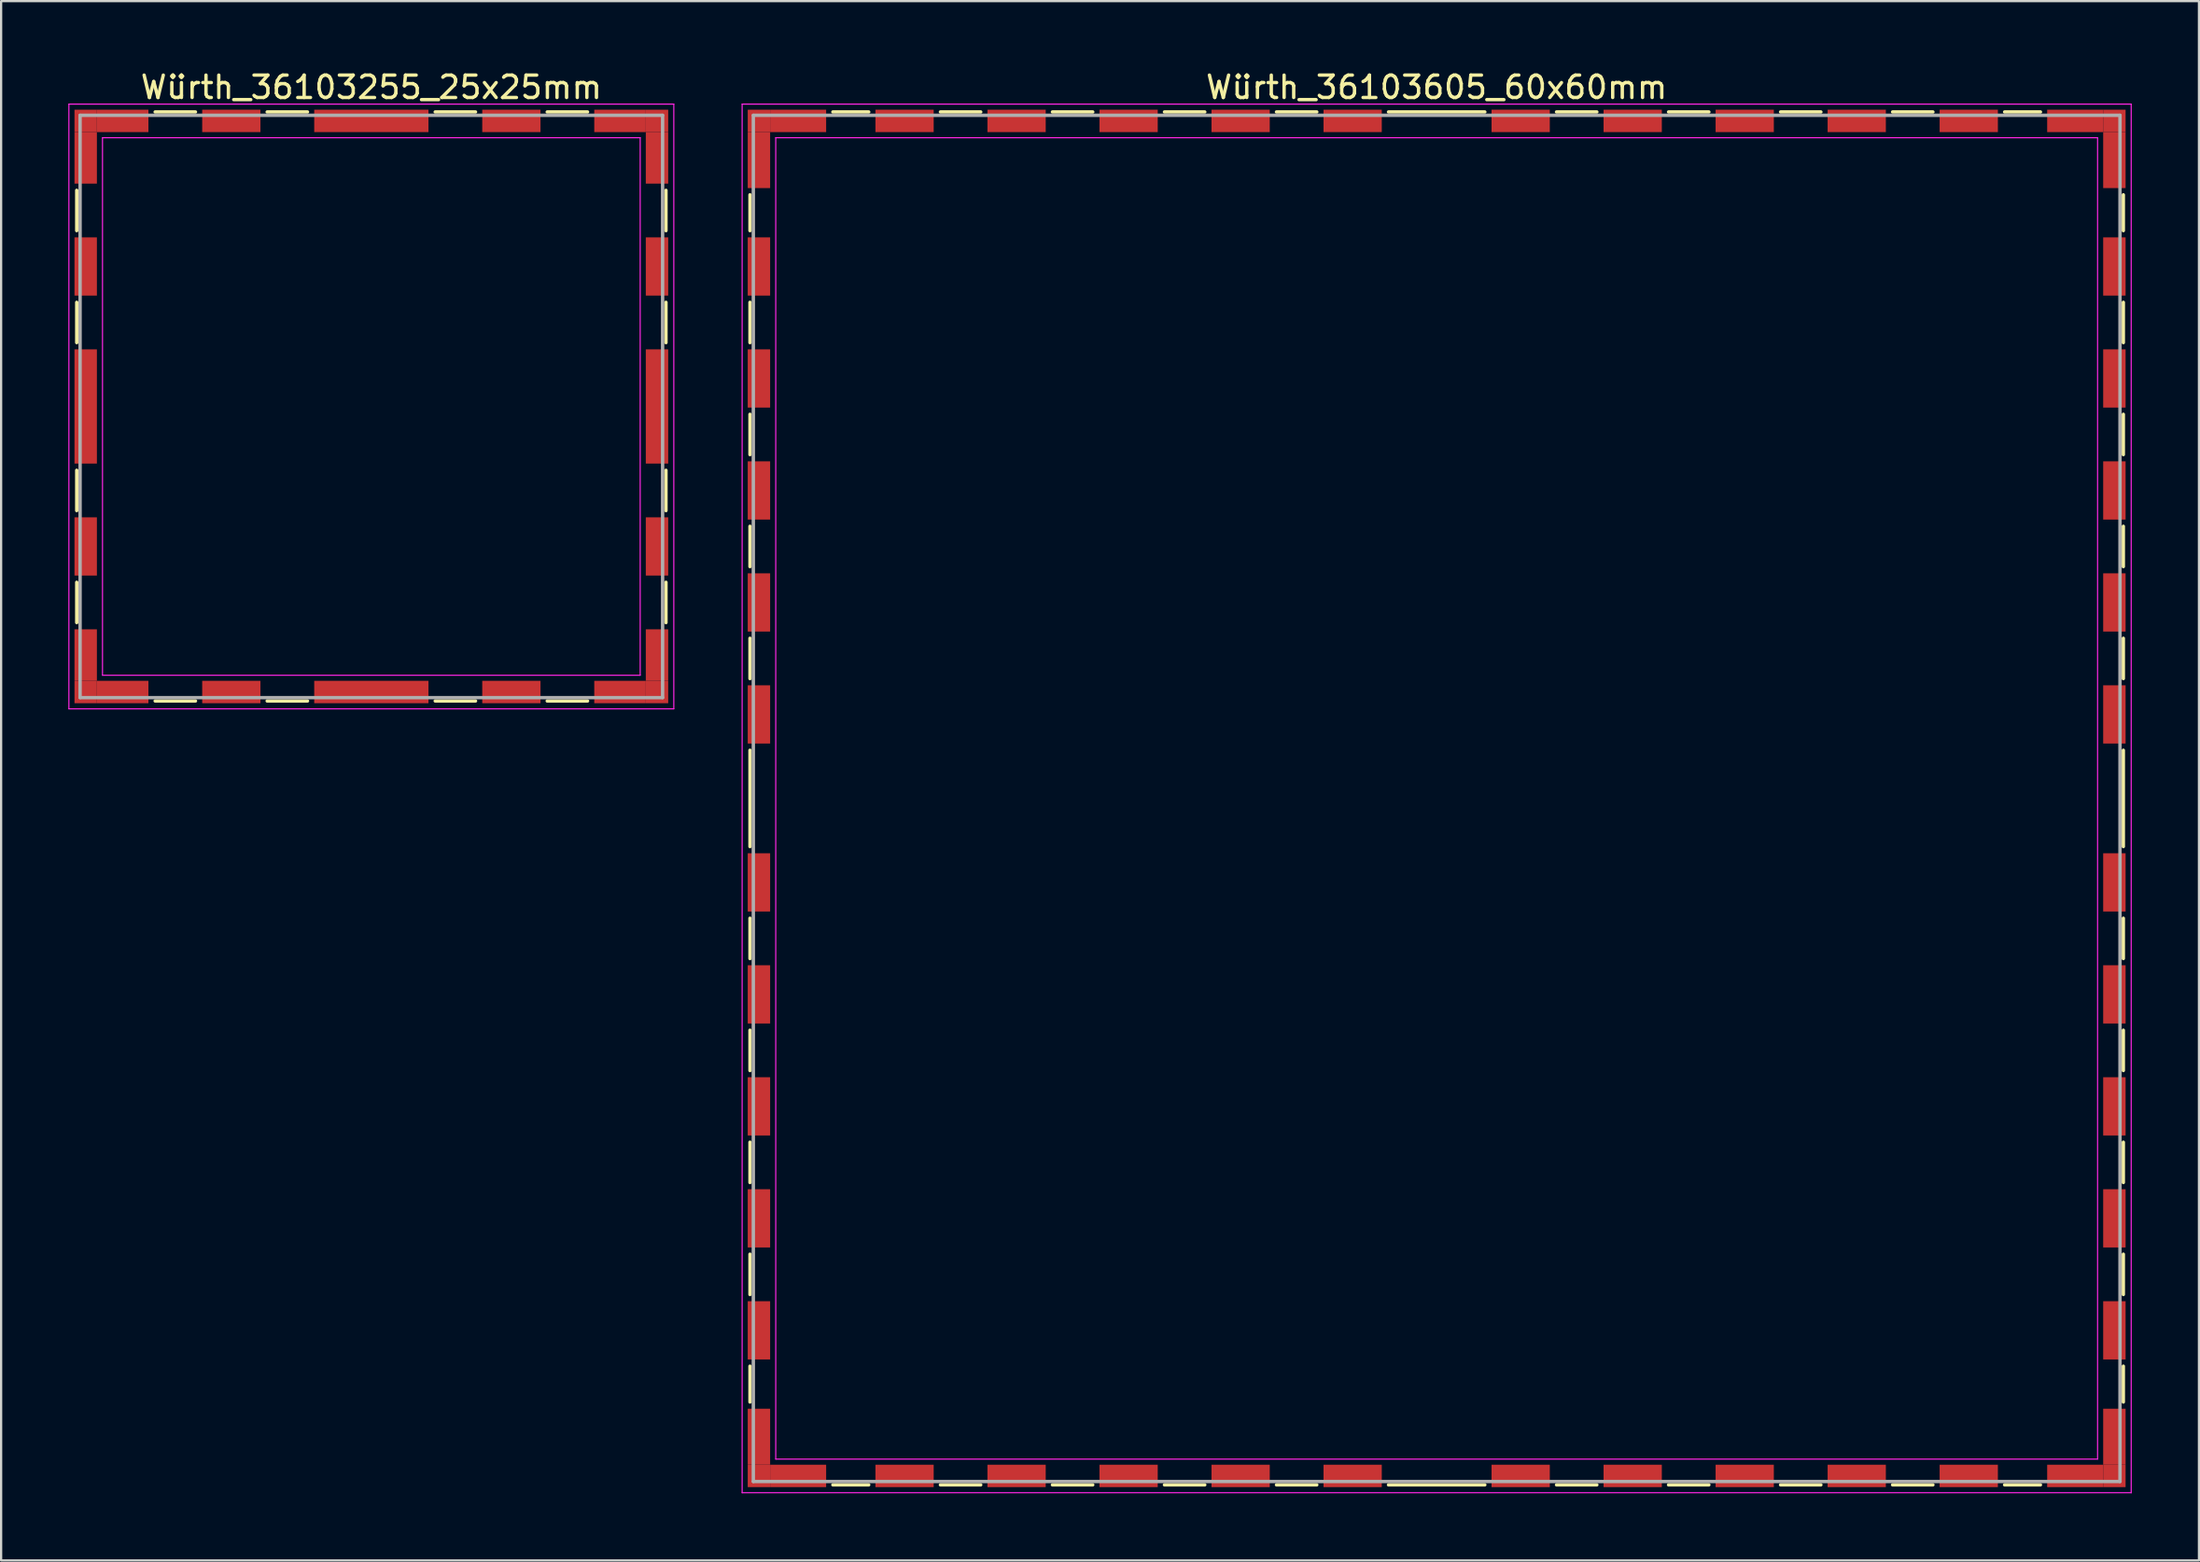
<source format=kicad_pcb>
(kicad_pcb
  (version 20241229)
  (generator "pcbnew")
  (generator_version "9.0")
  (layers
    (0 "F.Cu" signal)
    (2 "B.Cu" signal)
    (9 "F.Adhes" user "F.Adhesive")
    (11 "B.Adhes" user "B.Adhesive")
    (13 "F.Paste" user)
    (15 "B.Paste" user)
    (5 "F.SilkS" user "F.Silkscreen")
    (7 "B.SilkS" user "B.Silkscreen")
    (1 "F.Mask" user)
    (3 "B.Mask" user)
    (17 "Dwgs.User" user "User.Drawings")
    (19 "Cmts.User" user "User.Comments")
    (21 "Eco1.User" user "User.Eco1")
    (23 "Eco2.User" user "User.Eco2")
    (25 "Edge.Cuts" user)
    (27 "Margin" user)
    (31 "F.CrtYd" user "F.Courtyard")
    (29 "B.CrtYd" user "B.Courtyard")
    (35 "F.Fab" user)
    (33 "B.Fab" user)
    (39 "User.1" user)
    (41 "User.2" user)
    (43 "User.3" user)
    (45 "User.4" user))
  (footprint "Würth_36103255_25x25mm"
    (layer "F.Cu")
    (at 13.525 15.098)
    (property "Reference" "Würth_36103255_25x25mm" (at 0 -14.25 0) (layer "F.SilkS") (effects (font (size 1 1) (thickness 0.15))))
    (attr smd)
    (fp_line (start -13.15 -9.65) (end -13.15 -7.85) (stroke (width 0.15) (type solid)) (layer "F.SilkS"))
    (fp_line (start -13.15 -4.65) (end -13.15 -2.85) (stroke (width 0.15) (type solid)) (layer "F.SilkS"))
    (fp_line (start -13.15 2.85) (end -13.15 4.65) (stroke (width 0.15) (type solid)) (layer "F.SilkS"))
    (fp_line (start -13.15 7.85) (end -13.15 9.65) (stroke (width 0.15) (type solid)) (layer "F.SilkS"))
    (fp_line (start -9.65 -13.15) (end -7.85 -13.15) (stroke (width 0.15) (type solid)) (layer "F.SilkS"))
    (fp_line (start -9.65 13.15) (end -7.85 13.15) (stroke (width 0.15) (type solid)) (layer "F.SilkS"))
    (fp_line (start -4.65 -13.15) (end -2.85 -13.15) (stroke (width 0.15) (type solid)) (layer "F.SilkS"))
    (fp_line (start -4.65 13.15) (end -2.85 13.15) (stroke (width 0.15) (type solid)) (layer "F.SilkS"))
    (fp_line (start 2.85 -13.15) (end 4.65 -13.15) (stroke (width 0.15) (type solid)) (layer "F.SilkS"))
    (fp_line (start 2.85 13.15) (end 4.65 13.15) (stroke (width 0.15) (type solid)) (layer "F.SilkS"))
    (fp_line (start 7.85 -13.15) (end 9.65 -13.15) (stroke (width 0.15) (type solid)) (layer "F.SilkS"))
    (fp_line (start 7.85 13.15) (end 9.65 13.15) (stroke (width 0.15) (type solid)) (layer "F.SilkS"))
    (fp_line (start 13.15 -9.65) (end 13.15 -7.85) (stroke (width 0.15) (type solid)) (layer "F.SilkS"))
    (fp_line (start 13.15 -4.65) (end 13.15 -2.85) (stroke (width 0.15) (type solid)) (layer "F.SilkS"))
    (fp_line (start 13.15 2.85) (end 13.15 4.65) (stroke (width 0.15) (type solid)) (layer "F.SilkS"))
    (fp_line (start 13.15 7.85) (end 13.15 9.65) (stroke (width 0.15) (type solid)) (layer "F.SilkS"))
    (fp_line (start -13.5 -13.5) (end -13.5 13.5) (stroke (width 0.05) (type solid)) (layer "F.CrtYd"))
    (fp_line (start -13.5 13.5) (end 13.5 13.5) (stroke (width 0.05) (type solid)) (layer "F.CrtYd"))
    (fp_line (start -12 -12) (end -12 12) (stroke (width 0.05) (type solid)) (layer "F.CrtYd"))
    (fp_line (start -12 12) (end 12 12) (stroke (width 0.05) (type solid)) (layer "F.CrtYd"))
    (fp_line (start 12 -12) (end -12 -12) (stroke (width 0.05) (type solid)) (layer "F.CrtYd"))
    (fp_line (start 12 12) (end 12 -12) (stroke (width 0.05) (type solid)) (layer "F.CrtYd"))
    (fp_line (start 13.5 -13.5) (end -13.5 -13.5) (stroke (width 0.05) (type solid)) (layer "F.CrtYd"))
    (fp_line (start 13.5 13.5) (end 13.5 -13.5) (stroke (width 0.05) (type solid)) (layer "F.CrtYd"))
    (fp_line (start -13 -13) (end -13 13) (stroke (width 0.15) (type solid)) (layer "F.Fab"))
    (fp_line (start -13 13) (end 13 13) (stroke (width 0.15) (type solid)) (layer "F.Fab"))
    (fp_line (start 13 -13) (end -13 -13) (stroke (width 0.15) (type solid)) (layer "F.Fab"))
    (fp_line (start 13 13) (end 13 -13) (stroke (width 0.15) (type solid)) (layer "F.Fab"))
    (pad "1" smd rect (at -12.75 -12.75) (size 1 1) (layers "F.Cu" "F.Mask"))
    (pad "1" smd rect (at -12.75 -11.1) (size 1 2.3) (layers "F.Cu" "F.Mask"))
    (pad "1" smd rect (at -12.75 -6.25) (size 1 2.6) (layers "F.Cu" "F.Mask"))
    (pad "1" smd rect (at -12.75 0) (size 1 5.1) (layers "F.Cu" "F.Mask"))
    (pad "1" smd rect (at -12.75 6.25) (size 1 2.6) (layers "F.Cu" "F.Mask"))
    (pad "1" smd rect (at -12.75 11.1) (size 1 2.3) (layers "F.Cu" "F.Mask"))
    (pad "1" smd rect (at -12.75 12.75) (size 1 1) (layers "F.Cu" "F.Mask"))
    (pad "1" smd rect (at -11.1 -12.75) (size 2.3 1) (layers "F.Cu" "F.Mask"))
    (pad "1" smd rect (at -11.1 12.75) (size 2.3 1) (layers "F.Cu" "F.Mask"))
    (pad "1" smd rect (at -6.25 -12.75) (size 2.6 1) (layers "F.Cu" "F.Mask"))
    (pad "1" smd rect (at -6.25 12.75) (size 2.6 1) (layers "F.Cu" "F.Mask"))
    (pad "1" smd rect (at 0 -12.75) (size 5.1 1) (layers "F.Cu" "F.Mask"))
    (pad "1" smd rect (at 0 12.75) (size 5.1 1) (layers "F.Cu" "F.Mask"))
    (pad "1" smd rect (at 6.25 -12.75) (size 2.6 1) (layers "F.Cu" "F.Mask"))
    (pad "1" smd rect (at 6.25 12.75) (size 2.6 1) (layers "F.Cu" "F.Mask"))
    (pad "1" smd rect (at 11.1 -12.75) (size 2.3 1) (layers "F.Cu" "F.Mask"))
    (pad "1" smd rect (at 11.1 12.75) (size 2.3 1) (layers "F.Cu" "F.Mask"))
    (pad "1" smd rect (at 12.75 -12.75) (size 1 1) (layers "F.Cu" "F.Mask"))
    (pad "1" smd rect (at 12.75 -11.1) (size 1 2.3) (layers "F.Cu" "F.Mask"))
    (pad "1" smd rect (at 12.75 -6.25) (size 1 2.6) (layers "F.Cu" "F.Mask"))
    (pad "1" smd rect (at 12.75 0) (size 1 5.1) (layers "F.Cu" "F.Mask"))
    (pad "1" smd rect (at 12.75 6.25) (size 1 2.6) (layers "F.Cu" "F.Mask"))
    (pad "1" smd rect (at 12.75 11.1) (size 1 2.3) (layers "F.Cu" "F.Mask"))
    (pad "1" smd rect (at 12.75 12.75) (size 1 1) (layers "F.Cu" "F.Mask")))
  (footprint "Würth_36103605_60x60mm"
    (layer "F.Cu")
    (at 61.075 32.598)
    (property "Reference" "Würth_36103605_60x60mm" (at 0 -31.75 0) (layer "F.SilkS") (effects (font (size 1 1) (thickness 0.15))))
    (attr smd)
    (fp_line (start -30.65 -26.95) (end -30.65 -25.35) (stroke (width 0.15) (type solid)) (layer "F.SilkS"))
    (fp_line (start -30.65 -22.15) (end -30.65 -20.35) (stroke (width 0.15) (type solid)) (layer "F.SilkS"))
    (fp_line (start -30.65 -17.15) (end -30.65 -15.35) (stroke (width 0.15) (type solid)) (layer "F.SilkS"))
    (fp_line (start -30.65 -12.15) (end -30.65 -10.35) (stroke (width 0.15) (type solid)) (layer "F.SilkS"))
    (fp_line (start -30.65 -7.15) (end -30.65 -5.35) (stroke (width 0.15) (type solid)) (layer "F.SilkS"))
    (fp_line (start -30.65 -2.15) (end -30.65 2.15) (stroke (width 0.15) (type solid)) (layer "F.SilkS"))
    (fp_line (start -30.65 5.35) (end -30.65 7.15) (stroke (width 0.15) (type solid)) (layer "F.SilkS"))
    (fp_line (start -30.65 10.35) (end -30.65 12.15) (stroke (width 0.15) (type solid)) (layer "F.SilkS"))
    (fp_line (start -30.65 15.35) (end -30.65 17.15) (stroke (width 0.15) (type solid)) (layer "F.SilkS"))
    (fp_line (start -30.65 20.35) (end -30.65 22.15) (stroke (width 0.15) (type solid)) (layer "F.SilkS"))
    (fp_line (start -30.65 25.35) (end -30.65 26.95) (stroke (width 0.15) (type solid)) (layer "F.SilkS"))
    (fp_line (start -26.95 -30.65) (end -25.35 -30.65) (stroke (width 0.15) (type solid)) (layer "F.SilkS"))
    (fp_line (start -26.95 30.65) (end -25.35 30.65) (stroke (width 0.15) (type solid)) (layer "F.SilkS"))
    (fp_line (start -22.15 -30.65) (end -20.35 -30.65) (stroke (width 0.15) (type solid)) (layer "F.SilkS"))
    (fp_line (start -22.15 30.65) (end -20.35 30.65) (stroke (width 0.15) (type solid)) (layer "F.SilkS"))
    (fp_line (start -17.15 -30.65) (end -15.35 -30.65) (stroke (width 0.15) (type solid)) (layer "F.SilkS"))
    (fp_line (start -17.15 30.65) (end -15.35 30.65) (stroke (width 0.15) (type solid)) (layer "F.SilkS"))
    (fp_line (start -12.15 -30.65) (end -10.35 -30.65) (stroke (width 0.15) (type solid)) (layer "F.SilkS"))
    (fp_line (start -12.15 30.65) (end -10.35 30.65) (stroke (width 0.15) (type solid)) (layer "F.SilkS"))
    (fp_line (start -7.15 -30.65) (end -5.35 -30.65) (stroke (width 0.15) (type solid)) (layer "F.SilkS"))
    (fp_line (start -7.15 30.65) (end -5.35 30.65) (stroke (width 0.15) (type solid)) (layer "F.SilkS"))
    (fp_line (start -2.15 -30.65) (end 2.15 -30.65) (stroke (width 0.15) (type solid)) (layer "F.SilkS"))
    (fp_line (start -2.15 30.65) (end 2.15 30.65) (stroke (width 0.15) (type solid)) (layer "F.SilkS"))
    (fp_line (start 5.35 -30.65) (end 7.15 -30.65) (stroke (width 0.15) (type solid)) (layer "F.SilkS"))
    (fp_line (start 5.35 30.65) (end 7.15 30.65) (stroke (width 0.15) (type solid)) (layer "F.SilkS"))
    (fp_line (start 10.35 -30.65) (end 12.15 -30.65) (stroke (width 0.15) (type solid)) (layer "F.SilkS"))
    (fp_line (start 10.35 30.65) (end 12.15 30.65) (stroke (width 0.15) (type solid)) (layer "F.SilkS"))
    (fp_line (start 15.35 -30.65) (end 17.15 -30.65) (stroke (width 0.15) (type solid)) (layer "F.SilkS"))
    (fp_line (start 15.35 30.65) (end 17.15 30.65) (stroke (width 0.15) (type solid)) (layer "F.SilkS"))
    (fp_line (start 20.35 -30.65) (end 22.15 -30.65) (stroke (width 0.15) (type solid)) (layer "F.SilkS"))
    (fp_line (start 20.35 30.65) (end 22.15 30.65) (stroke (width 0.15) (type solid)) (layer "F.SilkS"))
    (fp_line (start 25.35 -30.65) (end 26.95 -30.65) (stroke (width 0.15) (type solid)) (layer "F.SilkS"))
    (fp_line (start 25.35 30.65) (end 26.95 30.65) (stroke (width 0.15) (type solid)) (layer "F.SilkS"))
    (fp_line (start 30.65 -26.95) (end 30.65 -25.35) (stroke (width 0.15) (type solid)) (layer "F.SilkS"))
    (fp_line (start 30.65 -22.15) (end 30.65 -20.35) (stroke (width 0.15) (type solid)) (layer "F.SilkS"))
    (fp_line (start 30.65 -17.15) (end 30.65 -15.35) (stroke (width 0.15) (type solid)) (layer "F.SilkS"))
    (fp_line (start 30.65 -12.15) (end 30.65 -10.35) (stroke (width 0.15) (type solid)) (layer "F.SilkS"))
    (fp_line (start 30.65 -7.15) (end 30.65 -5.35) (stroke (width 0.15) (type solid)) (layer "F.SilkS"))
    (fp_line (start 30.65 -2.15) (end 30.65 2.15) (stroke (width 0.15) (type solid)) (layer "F.SilkS"))
    (fp_line (start 30.65 5.35) (end 30.65 7.15) (stroke (width 0.15) (type solid)) (layer "F.SilkS"))
    (fp_line (start 30.65 10.35) (end 30.65 12.15) (stroke (width 0.15) (type solid)) (layer "F.SilkS"))
    (fp_line (start 30.65 15.35) (end 30.65 17.15) (stroke (width 0.15) (type solid)) (layer "F.SilkS"))
    (fp_line (start 30.65 20.35) (end 30.65 22.15) (stroke (width 0.15) (type solid)) (layer "F.SilkS"))
    (fp_line (start 30.65 25.35) (end 30.65 26.95) (stroke (width 0.15) (type solid)) (layer "F.SilkS"))
    (fp_line (start -31 -31) (end -31 31) (stroke (width 0.05) (type solid)) (layer "F.CrtYd"))
    (fp_line (start -31 31) (end 31 31) (stroke (width 0.05) (type solid)) (layer "F.CrtYd"))
    (fp_line (start -29.5 -29.5) (end -29.5 29.5) (stroke (width 0.05) (type solid)) (layer "F.CrtYd"))
    (fp_line (start -29.5 29.5) (end 29.5 29.5) (stroke (width 0.05) (type solid)) (layer "F.CrtYd"))
    (fp_line (start 29.5 -29.5) (end -29.5 -29.5) (stroke (width 0.05) (type solid)) (layer "F.CrtYd"))
    (fp_line (start 29.5 29.5) (end 29.5 -29.5) (stroke (width 0.05) (type solid)) (layer "F.CrtYd"))
    (fp_line (start 31 -31) (end -31 -31) (stroke (width 0.05) (type solid)) (layer "F.CrtYd"))
    (fp_line (start 31 31) (end 31 -31) (stroke (width 0.05) (type solid)) (layer "F.CrtYd"))
    (fp_line (start -30.5 -30.5) (end -30.5 30.5) (stroke (width 0.15) (type solid)) (layer "F.Fab"))
    (fp_line (start -30.5 30.5) (end 30.5 30.5) (stroke (width 0.15) (type solid)) (layer "F.Fab"))
    (fp_line (start 30.5 -30.5) (end -30.5 -30.5) (stroke (width 0.15) (type solid)) (layer "F.Fab"))
    (fp_line (start 30.5 30.5) (end 30.5 -30.5) (stroke (width 0.15) (type solid)) (layer "F.Fab"))
    (pad "1" smd rect (at -30.25 -30.25) (size 1 1) (layers "F.Cu" "F.Mask"))
    (pad "1" smd rect (at -30.25 -28.5) (size 1 2.5) (layers "F.Cu" "F.Mask"))
    (pad "1" smd rect (at -30.25 -23.75) (size 1 2.6) (layers "F.Cu" "F.Mask"))
    (pad "1" smd rect (at -30.25 -18.75) (size 1 2.6) (layers "F.Cu" "F.Mask"))
    (pad "1" smd rect (at -30.25 -13.75) (size 1 2.6) (layers "F.Cu" "F.Mask"))
    (pad "1" smd rect (at -30.25 -8.75) (size 1 2.6) (layers "F.Cu" "F.Mask"))
    (pad "1" smd rect (at -30.25 -3.75) (size 1 2.6) (layers "F.Cu" "F.Mask"))
    (pad "1" smd rect (at -30.25 3.75) (size 1 2.6) (layers "F.Cu" "F.Mask"))
    (pad "1" smd rect (at -30.25 8.75) (size 1 2.6) (layers "F.Cu" "F.Mask"))
    (pad "1" smd rect (at -30.25 13.75) (size 1 2.6) (layers "F.Cu" "F.Mask"))
    (pad "1" smd rect (at -30.25 18.75) (size 1 2.6) (layers "F.Cu" "F.Mask"))
    (pad "1" smd rect (at -30.25 23.75) (size 1 2.6) (layers "F.Cu" "F.Mask"))
    (pad "1" smd rect (at -30.25 28.5) (size 1 2.5) (layers "F.Cu" "F.Mask"))
    (pad "1" smd rect (at -30.25 30.25) (size 1 1) (layers "F.Cu" "F.Mask"))
    (pad "1" smd rect (at -28.5 -30.25) (size 2.5 1) (layers "F.Cu" "F.Mask"))
    (pad "1" smd rect (at -28.5 30.25) (size 2.5 1) (layers "F.Cu" "F.Mask"))
    (pad "1" smd rect (at -23.75 -30.25) (size 2.6 1) (layers "F.Cu" "F.Mask"))
    (pad "1" smd rect (at -23.75 30.25) (size 2.6 1) (layers "F.Cu" "F.Mask"))
    (pad "1" smd rect (at -18.75 -30.25) (size 2.6 1) (layers "F.Cu" "F.Mask"))
    (pad "1" smd rect (at -18.75 30.25) (size 2.6 1) (layers "F.Cu" "F.Mask"))
    (pad "1" smd rect (at -13.75 -30.25) (size 2.6 1) (layers "F.Cu" "F.Mask"))
    (pad "1" smd rect (at -13.75 30.25) (size 2.6 1) (layers "F.Cu" "F.Mask"))
    (pad "1" smd rect (at -8.75 -30.25) (size 2.6 1) (layers "F.Cu" "F.Mask"))
    (pad "1" smd rect (at -8.75 30.25) (size 2.6 1) (layers "F.Cu" "F.Mask"))
    (pad "1" smd rect (at -3.75 -30.25) (size 2.6 1) (layers "F.Cu" "F.Mask"))
    (pad "1" smd rect (at -3.75 30.25) (size 2.6 1) (layers "F.Cu" "F.Mask"))
    (pad "1" smd rect (at 3.75 -30.25) (size 2.6 1) (layers "F.Cu" "F.Mask"))
    (pad "1" smd rect (at 3.75 30.25) (size 2.6 1) (layers "F.Cu" "F.Mask"))
    (pad "1" smd rect (at 8.75 -30.25) (size 2.6 1) (layers "F.Cu" "F.Mask"))
    (pad "1" smd rect (at 8.75 30.25) (size 2.6 1) (layers "F.Cu" "F.Mask"))
    (pad "1" smd rect (at 13.75 -30.25) (size 2.6 1) (layers "F.Cu" "F.Mask"))
    (pad "1" smd rect (at 13.75 30.25) (size 2.6 1) (layers "F.Cu" "F.Mask"))
    (pad "1" smd rect (at 18.75 -30.25) (size 2.6 1) (layers "F.Cu" "F.Mask"))
    (pad "1" smd rect (at 18.75 30.25) (size 2.6 1) (layers "F.Cu" "F.Mask"))
    (pad "1" smd rect (at 23.75 -30.25) (size 2.6 1) (layers "F.Cu" "F.Mask"))
    (pad "1" smd rect (at 23.75 30.25) (size 2.6 1) (layers "F.Cu" "F.Mask"))
    (pad "1" smd rect (at 28.5 -30.25) (size 2.5 1) (layers "F.Cu" "F.Mask"))
    (pad "1" smd rect (at 28.5 30.25) (size 2.5 1) (layers "F.Cu" "F.Mask"))
    (pad "1" smd rect (at 30.25 -30.25) (size 1 1) (layers "F.Cu" "F.Mask"))
    (pad "1" smd rect (at 30.25 -28.5) (size 1 2.5) (layers "F.Cu" "F.Mask"))
    (pad "1" smd rect (at 30.25 -23.75) (size 1 2.6) (layers "F.Cu" "F.Mask"))
    (pad "1" smd rect (at 30.25 -18.75) (size 1 2.6) (layers "F.Cu" "F.Mask"))
    (pad "1" smd rect (at 30.25 -13.75) (size 1 2.6) (layers "F.Cu" "F.Mask"))
    (pad "1" smd rect (at 30.25 -8.75) (size 1 2.6) (layers "F.Cu" "F.Mask"))
    (pad "1" smd rect (at 30.25 -3.75) (size 1 2.6) (layers "F.Cu" "F.Mask"))
    (pad "1" smd rect (at 30.25 3.75) (size 1 2.6) (layers "F.Cu" "F.Mask"))
    (pad "1" smd rect (at 30.25 8.75) (size 1 2.6) (layers "F.Cu" "F.Mask"))
    (pad "1" smd rect (at 30.25 13.75) (size 1 2.6) (layers "F.Cu" "F.Mask"))
    (pad "1" smd rect (at 30.25 18.75) (size 1 2.6) (layers "F.Cu" "F.Mask"))
    (pad "1" smd rect (at 30.25 23.75) (size 1 2.6) (layers "F.Cu" "F.Mask"))
    (pad "1" smd rect (at 30.25 28.5) (size 1 2.5) (layers "F.Cu" "F.Mask"))
    (pad "1" smd rect (at 30.25 30.25) (size 1 1) (layers "F.Cu" "F.Mask")))
  (gr_rect
    (start -3 -3)
    (end 95.1 66.623)
    (stroke (width 0.1) (type default))
    (fill no)
    (layer "Edge.Cuts")))
</source>
